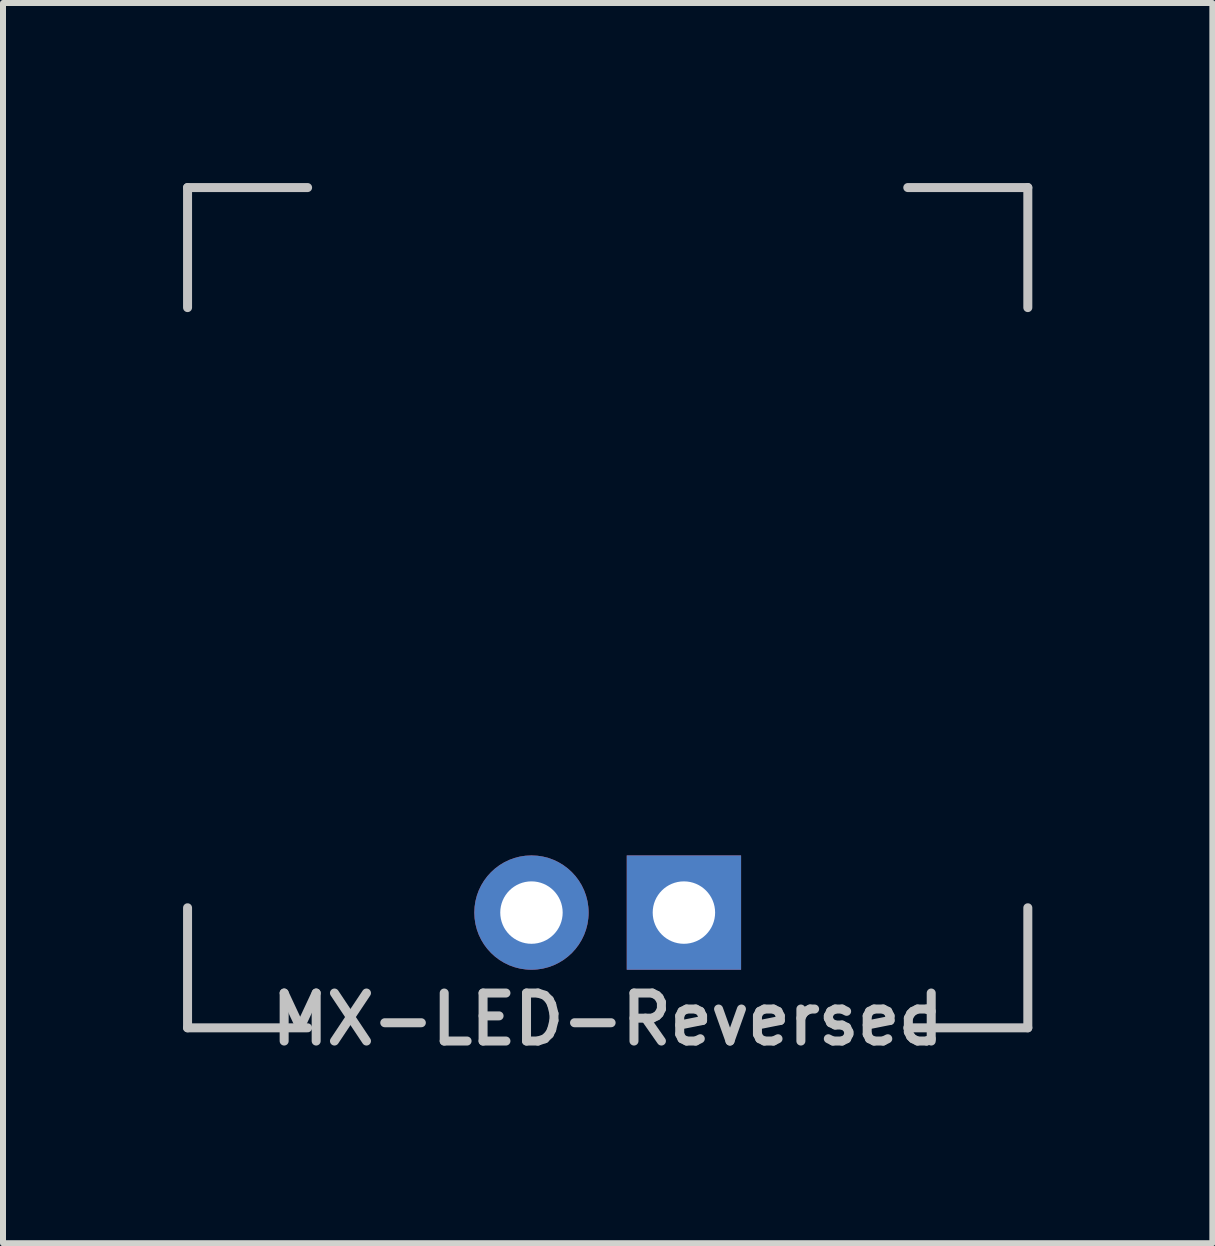
<source format=kicad_pcb>
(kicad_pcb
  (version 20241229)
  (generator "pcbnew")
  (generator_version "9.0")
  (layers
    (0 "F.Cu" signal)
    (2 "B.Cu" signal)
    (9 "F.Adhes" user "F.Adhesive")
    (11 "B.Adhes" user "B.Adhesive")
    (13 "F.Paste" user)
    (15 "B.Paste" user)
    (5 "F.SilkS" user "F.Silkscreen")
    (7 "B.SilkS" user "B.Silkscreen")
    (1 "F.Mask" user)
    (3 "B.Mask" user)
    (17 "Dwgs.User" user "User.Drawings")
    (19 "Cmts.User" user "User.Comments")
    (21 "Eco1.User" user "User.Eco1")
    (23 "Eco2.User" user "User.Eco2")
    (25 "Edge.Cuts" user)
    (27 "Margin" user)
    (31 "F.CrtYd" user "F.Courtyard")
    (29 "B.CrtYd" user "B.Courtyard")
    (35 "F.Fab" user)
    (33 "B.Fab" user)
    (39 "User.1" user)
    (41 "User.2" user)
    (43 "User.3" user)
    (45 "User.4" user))
  (footprint "MX-LED-Reversed"
    (layer "F.Cu")
    (at 7.075 7.075)
    (property "Reference" "MX-LED-Reversed" (at 0 6.858 0) (layer "Dwgs.User") (effects (font (size 0.8 0.8) (thickness 0.15))))
    (attr through_hole)
    (fp_line (start -7 -7) (end -7 -5) (stroke (width 0.15) (type solid)) (layer "Dwgs.User"))
    (fp_line (start -7 5) (end -7 7) (stroke (width 0.15) (type solid)) (layer "Dwgs.User"))
    (fp_line (start -7 7) (end -5 7) (stroke (width 0.15) (type solid)) (layer "Dwgs.User"))
    (fp_line (start -5 -7) (end -7 -7) (stroke (width 0.15) (type solid)) (layer "Dwgs.User"))
    (fp_line (start 5 -7) (end 7 -7) (stroke (width 0.15) (type solid)) (layer "Dwgs.User"))
    (fp_line (start 5 7) (end 7 7) (stroke (width 0.15) (type solid)) (layer "Dwgs.User"))
    (fp_line (start 7 -7) (end 7 -5) (stroke (width 0.15) (type solid)) (layer "Dwgs.User"))
    (fp_line (start 7 7) (end 7 5) (stroke (width 0.15) (type solid)) (layer "Dwgs.User"))
    (pad "1" thru_hole rect (at 1.27 5.08) (size 1.905 1.905) (drill 1.04) (layers "*.Cu" "*.Mask"))
    (pad "2" thru_hole circle (at -1.27 5.08) (size 1.905 1.905) (drill 1.04) (layers "*.Cu" "*.Mask")))
  (gr_rect
    (start -3 -3)
    (end 17.15 17.664)
    (stroke (width 0.1) (type default))
    (fill no)
    (layer "Edge.Cuts")))
</source>
